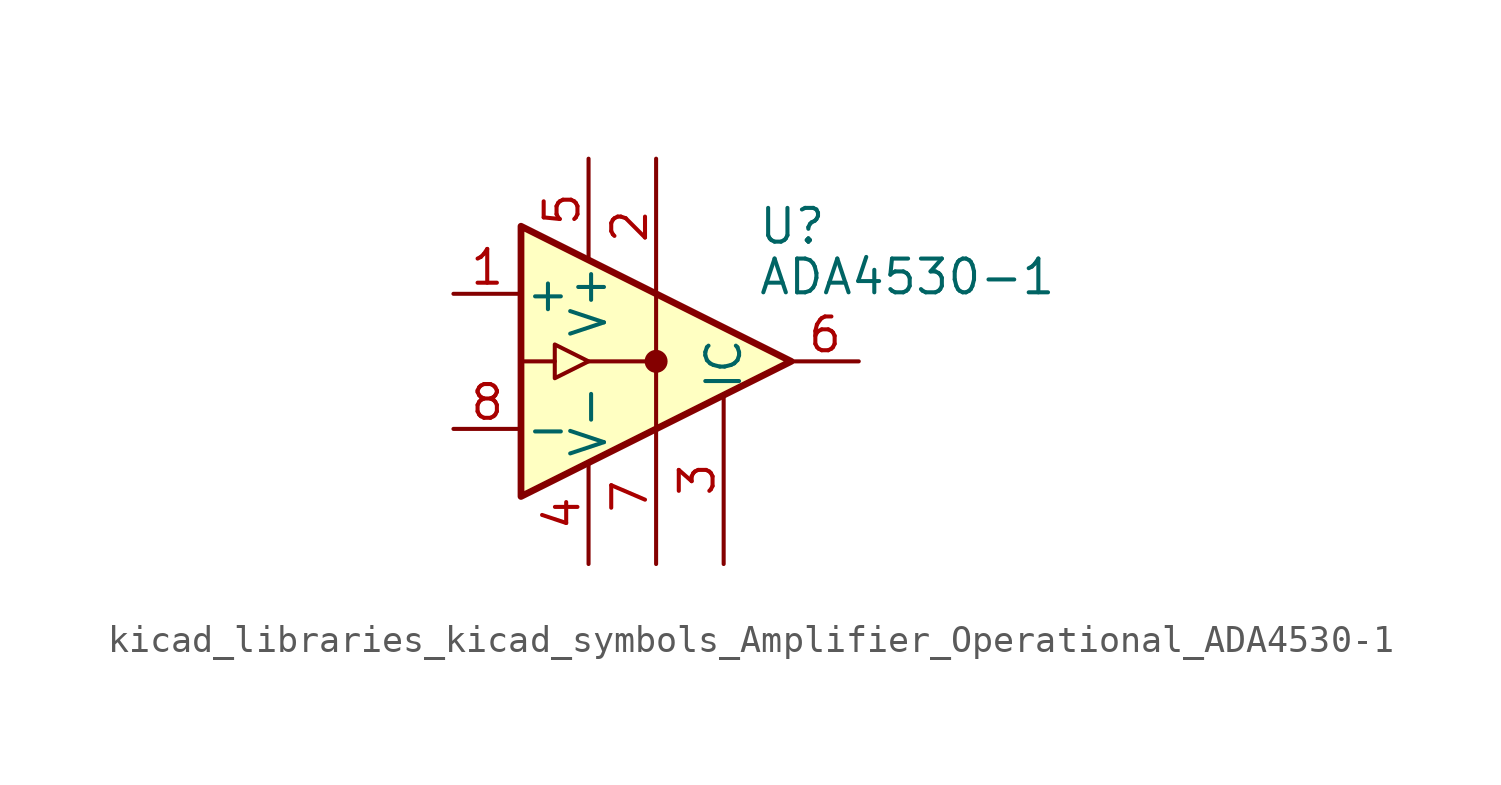
<source format=kicad_sym>
(kicad_symbol_lib
  (version 20220914)
  (generator kicad_symbol_editor)
  (symbol "kicad_libraries_kicad_symbols_Amplifier_Operational_ADA4530-1"
    (pin_names
      (offset 0.127))
    (property "Reference" "U"
      (at 3.81 5.08 0)
      (effects (font (size 1.27 1.27)) (justify left)))
    (property "Value" "ADA4530-1"
      (at 3.81 3.175 0)
      (effects (font (size 1.27 1.27)) (justify left)))
    (symbol "kicad_libraries_kicad_symbols_Amplifier_Operational_ADA4530-1_0_1"
      (polyline (pts (xy -3.81 0) (xy -5.08 0)) (stroke (width 0) (type default)) (fill (type none)))
      (polyline (pts (xy -2.54 0) (xy 0 0)) (stroke (width 0) (type default)) (fill (type none)))
      (polyline (pts (xy 0 2.54) (xy 0 -2.54)) (stroke (width 0) (type default)) (fill (type none)))
      (polyline (pts (xy -5.08 5.08) (xy 5.08 0) (xy -5.08 -5.08) (xy -5.08 5.08)) (stroke (width 0.254) (type default)) (fill (type background)))
      (polyline (pts (xy -3.81 -0.635) (xy -3.81 0.635) (xy -2.54 0) (xy -3.81 -0.635)) (stroke (width 0) (type default)) (fill (type none)))
      (circle (center 0 0) (radius 0.356) (stroke (width 0) (type default)) (fill (type outline))))
    (symbol "kicad_libraries_kicad_symbols_Amplifier_Operational_ADA4530-1_1_1"
      (pin input line (at -7.62 2.54 0) (length 2.54) (name "+" (effects (font (size 1.27 1.27)))) (number "1" (effects (font (size 1.27 1.27)))))
      (pin passive line (at 0 7.62 270) (length 5.08) (name "~" (effects (font (size 1.27 1.27)))) (number "2" (effects (font (size 1.27 1.27)))))
      (pin passive line (at 2.54 -7.62 90) (length 6.35) (name "IC" (effects (font (size 1.27 1.27)))) (number "3" (effects (font (size 1.27 1.27)))))
      (pin power_in line (at -2.54 -7.62 90) (length 3.81) (name "V-" (effects (font (size 1.27 1.27)))) (number "4" (effects (font (size 1.27 1.27)))))
      (pin power_in line (at -2.54 7.62 270) (length 3.81) (name "V+" (effects (font (size 1.27 1.27)))) (number "5" (effects (font (size 1.27 1.27)))))
      (pin output line (at 7.62 0 180) (length 2.54) (name "~" (effects (font (size 1.27 1.27)))) (number "6" (effects (font (size 1.27 1.27)))))
      (pin passive line (at 0 -7.62 90) (length 5.08) (name "~" (effects (font (size 1.27 1.27)))) (number "7" (effects (font (size 1.27 1.27)))))
      (pin input line (at -7.62 -2.54 0) (length 2.54) (name "-" (effects (font (size 1.27 1.27)))) (number "8" (effects (font (size 1.27 1.27))))))))
</source>
